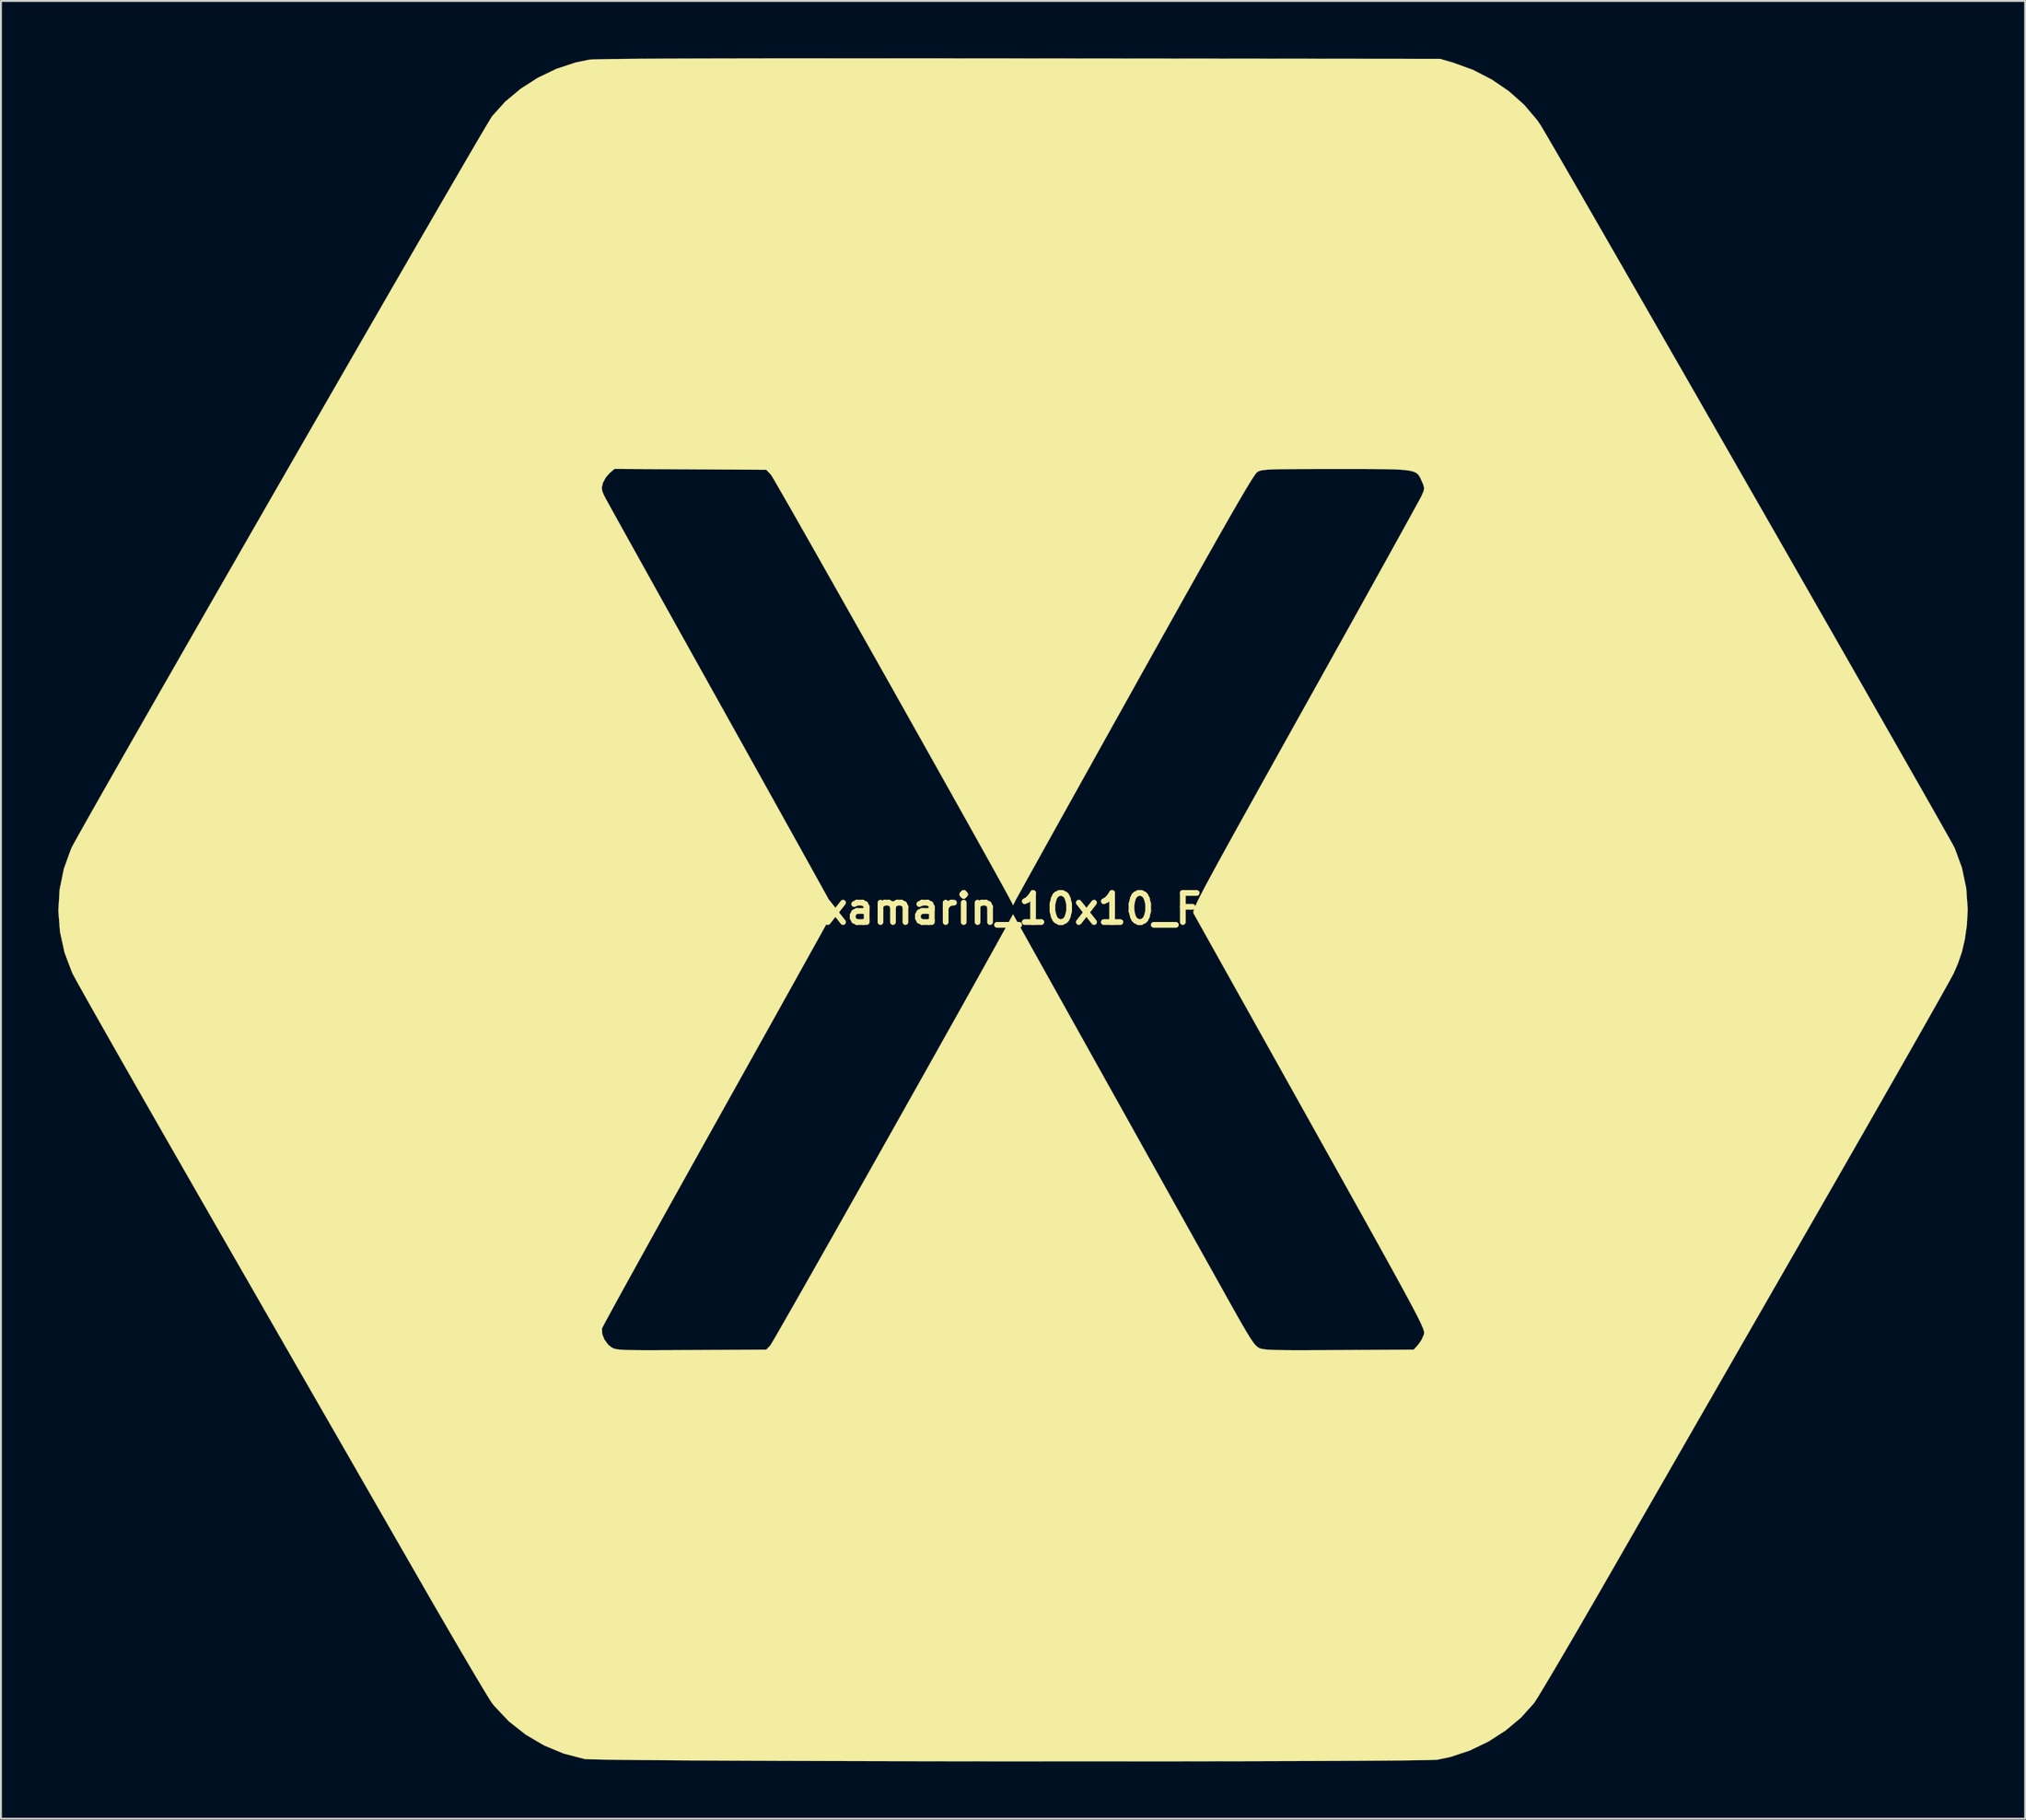
<source format=kicad_pcb>
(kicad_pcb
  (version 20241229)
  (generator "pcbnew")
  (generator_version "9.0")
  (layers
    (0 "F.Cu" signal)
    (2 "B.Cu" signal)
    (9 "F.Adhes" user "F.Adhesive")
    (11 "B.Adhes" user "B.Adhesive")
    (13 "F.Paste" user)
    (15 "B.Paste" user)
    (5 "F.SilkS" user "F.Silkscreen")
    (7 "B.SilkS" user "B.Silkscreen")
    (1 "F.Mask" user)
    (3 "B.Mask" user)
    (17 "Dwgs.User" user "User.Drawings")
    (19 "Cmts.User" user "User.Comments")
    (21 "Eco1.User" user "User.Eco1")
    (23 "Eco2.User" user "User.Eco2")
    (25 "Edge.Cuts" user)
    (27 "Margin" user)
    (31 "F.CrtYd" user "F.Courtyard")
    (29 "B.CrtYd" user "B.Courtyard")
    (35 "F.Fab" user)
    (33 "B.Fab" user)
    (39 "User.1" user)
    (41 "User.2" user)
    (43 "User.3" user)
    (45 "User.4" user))
  (footprint "xamarin_10x10_F"
    (layer "F.Cu")
    (at 49.92 44.526)
    (property "Reference" "xamarin_10x10_F" (at 0 0 0) (layer "F.SilkS") (effects (font (size 1.524 1.524) (thickness 0.3))))
    (attr through_hole)
    (fp_poly (pts (xy -7.073 -44.521) (xy -4.842 -44.52) (xy -2.447 -44.518) (xy 0.115 -44.516) (xy 0.423 -44.516) (xy 22.394 -44.492) (xy 23.069 -44.296) (xy 24.108 -43.918) (xy 25.09 -43.413) (xy 25.99 -42.799) (xy 26.786 -42.091) (xy 27.452 -41.308) (xy 27.636 -41.04) (xy 27.722 -40.9) (xy 27.886 -40.621) (xy 28.125 -40.213) (xy 28.434 -39.682) (xy 28.808 -39.036) (xy 29.243 -38.282) (xy 29.735 -37.429) (xy 30.28 -36.483) (xy 30.873 -35.453) (xy 31.509 -34.346) (xy 32.185 -33.17) (xy 32.896 -31.933) (xy 33.638 -30.642) (xy 34.405 -29.304) (xy 35.195 -27.928) (xy 36.002 -26.52) (xy 36.821 -25.09) (xy 37.65 -23.644) (xy 38.483 -22.189) (xy 39.316 -20.735) (xy 40.145 -19.287) (xy 40.964 -17.855) (xy 41.771 -16.444) (xy 42.56 -15.065) (xy 43.327 -13.722) (xy 44.068 -12.426) (xy 44.778 -11.182) (xy 45.453 -9.999) (xy 46.089 -8.885) (xy 46.68 -7.846) (xy 47.224 -6.892) (xy 47.715 -6.028) (xy 48.149 -5.264) (xy 48.522 -4.606) (xy 48.829 -4.062) (xy 49.066 -3.64) (xy 49.229 -3.347) (xy 49.312 -3.192) (xy 49.321 -3.175) (xy 49.693 -2.159) (xy 49.921 -1.082) (xy 49.999 0.016) (xy 49.954 0.851) (xy 49.847 1.593) (xy 49.699 2.236) (xy 49.49 2.851) (xy 49.277 3.344) (xy 49.201 3.491) (xy 49.045 3.777) (xy 48.814 4.192) (xy 48.512 4.731) (xy 48.144 5.383) (xy 47.715 6.141) (xy 47.23 6.997) (xy 46.692 7.942) (xy 46.107 8.969) (xy 45.479 10.069) (xy 44.813 11.235) (xy 44.114 12.457) (xy 43.386 13.728) (xy 42.634 15.04) (xy 41.911 16.298) (xy 41.076 17.752) (xy 40.222 19.239) (xy 39.356 20.747) (xy 38.486 22.261) (xy 37.621 23.767) (xy 36.768 25.253) (xy 35.934 26.704) (xy 35.129 28.106) (xy 34.359 29.447) (xy 33.633 30.711) (xy 32.959 31.885) (xy 32.344 32.955) (xy 31.796 33.909) (xy 31.324 34.731) (xy 31.261 34.84) (xy 30.709 35.8) (xy 30.174 36.725) (xy 29.664 37.606) (xy 29.184 38.429) (xy 28.743 39.183) (xy 28.346 39.857) (xy 28.001 40.438) (xy 27.715 40.915) (xy 27.495 41.276) (xy 27.347 41.509) (xy 27.294 41.585) (xy 26.619 42.334) (xy 25.816 43.006) (xy 24.916 43.585) (xy 23.949 44.051) (xy 22.946 44.387) (xy 22.267 44.53) (xy 22.116 44.541) (xy 21.804 44.551) (xy 21.341 44.56) (xy 20.736 44.568) (xy 19.996 44.576) (xy 19.132 44.583) (xy 18.15 44.59) (xy 17.062 44.596) (xy 15.874 44.601) (xy 14.596 44.605) (xy 13.237 44.609) (xy 11.804 44.613) (xy 10.308 44.615) (xy 8.757 44.618) (xy 7.159 44.619) (xy 5.524 44.62) (xy 3.859 44.62) (xy 2.174 44.62) (xy 0.478 44.619) (xy -1.221 44.618) (xy -2.914 44.616) (xy -4.593 44.613) (xy -6.248 44.61) (xy -7.871 44.606) (xy -9.453 44.602) (xy -10.985 44.597) (xy -12.458 44.592) (xy -13.865 44.586) (xy -15.196 44.58) (xy -16.442 44.573) (xy -17.595 44.566) (xy -18.645 44.558) (xy -19.585 44.55) (xy -20.405 44.541) (xy -21.096 44.532) (xy -21.651 44.523) (xy -22.06 44.513) (xy -22.314 44.502) (xy -22.394 44.495) (xy -23.474 44.213) (xy -24.506 43.783) (xy -25.468 43.217) (xy -26.337 42.53) (xy -27.091 41.735) (xy -27.214 41.579) (xy -27.312 41.434) (xy -27.486 41.154) (xy -27.73 40.75) (xy -28.038 40.234) (xy -28.402 39.619) (xy -28.815 38.915) (xy -29.271 38.135) (xy -29.763 37.29) (xy -30.283 36.392) (xy -30.824 35.453) (xy -31.176 34.84) (xy -31.637 34.038) (xy -32.174 33.104) (xy -32.779 32.049) (xy -33.446 30.889) (xy -34.164 29.638) (xy -34.928 28.308) (xy -35.729 26.914) (xy -36.559 25.469) (xy -37.41 23.988) (xy -38.274 22.483) (xy -39.143 20.97) (xy -40.01 19.46) (xy -40.867 17.969) (xy -41.705 16.51) (xy -41.826 16.298) (xy -42.597 14.956) (xy -43.348 13.647) (xy -44.074 12.378) (xy -44.772 11.159) (xy -45.435 9.998) (xy -46.06 8.902) (xy -46.643 7.88) (xy -47.177 6.94) (xy -47.659 6.09) (xy -48.085 5.338) (xy -48.448 4.693) (xy -48.746 4.162) (xy -48.972 3.755) (xy -49.123 3.478) (xy -49.192 3.344) (xy -49.588 2.297) (xy -49.829 1.206) (xy -49.915 0.094) (xy -49.848 -1.017) (xy -49.626 -2.104) (xy -49.249 -3.146) (xy -49.236 -3.175) (xy -49.163 -3.316) (xy -49.01 -3.595) (xy -48.782 -4.005) (xy -48.483 -4.537) (xy -48.117 -5.185) (xy -47.689 -5.94) (xy -47.203 -6.795) (xy -46.664 -7.743) (xy -46.075 -8.776) (xy -45.441 -9.885) (xy -44.767 -11.065) (xy -44.057 -12.306) (xy -43.315 -13.602) (xy -42.546 -14.945) (xy -41.754 -16.327) (xy -40.943 -17.74) (xy -40.118 -19.178) (xy -39.283 -20.632) (xy -38.466 -22.056) (xy -21.477 -22.056) (xy -21.457 -21.868) (xy -21.357 -21.632) (xy -21.333 -21.585) (xy -21.27 -21.468) (xy -21.129 -21.212) (xy -20.916 -20.825) (xy -20.634 -20.316) (xy -20.289 -19.695) (xy -19.885 -18.968) (xy -19.428 -18.146) (xy -18.922 -17.236) (xy -18.372 -16.248) (xy -17.783 -15.19) (xy -17.159 -14.07) (xy -16.506 -12.898) (xy -15.828 -11.682) (xy -15.228 -10.606) (xy -14.536 -9.365) (xy -13.868 -8.165) (xy -13.227 -7.014) (xy -12.618 -5.921) (xy -12.046 -4.892) (xy -11.515 -3.938) (xy -11.03 -3.066) (xy -10.596 -2.284) (xy -10.217 -1.601) (xy -9.898 -1.025) (xy -9.644 -0.565) (xy -9.459 -0.228) (xy -9.347 -0.023) (xy -9.313 0.042) (xy -9.354 0.119) (xy -9.472 0.336) (xy -9.665 0.685) (xy -9.925 1.156) (xy -10.251 1.743) (xy -10.636 2.436) (xy -11.076 3.228) (xy -11.567 4.11) (xy -12.104 5.074) (xy -12.682 6.113) (xy -13.298 7.216) (xy -13.946 8.378) (xy -14.621 9.588) (xy -15.32 10.84) (xy -15.365 10.922) (xy -16.067 12.178) (xy -16.746 13.397) (xy -17.398 14.568) (xy -18.019 15.684) (xy -18.603 16.736) (xy -19.146 17.716) (xy -19.644 18.616) (xy -20.092 19.427) (xy -20.485 20.14) (xy -20.819 20.749) (xy -21.088 21.243) (xy -21.289 21.615) (xy -21.417 21.856) (xy -21.467 21.958) (xy -21.468 21.959) (xy -21.462 22.239) (xy -21.343 22.545) (xy -21.14 22.817) (xy -20.981 22.944) (xy -20.911 22.984) (xy -20.832 23.018) (xy -20.73 23.044) (xy -20.589 23.066) (xy -20.393 23.081) (xy -20.128 23.093) (xy -19.777 23.099) (xy -19.326 23.103) (xy -18.758 23.103) (xy -18.059 23.101) (xy -17.212 23.096) (xy -16.787 23.094) (xy -12.873 23.072) (xy -12.666 22.86) (xy -12.609 22.77) (xy -12.474 22.542) (xy -12.267 22.186) (xy -11.995 21.712) (xy -11.662 21.129) (xy -11.273 20.447) (xy -10.836 19.677) (xy -10.354 18.827) (xy -9.834 17.909) (xy -9.28 16.93) (xy -8.7 15.902) (xy -8.097 14.835) (xy -7.478 13.737) (xy -6.849 12.619) (xy -6.214 11.49) (xy -5.579 10.361) (xy -4.95 9.242) (xy -4.332 8.141) (xy -3.731 7.069) (xy -3.152 6.036) (xy -2.601 5.051) (xy -2.084 4.125) (xy -1.605 3.266) (xy -1.171 2.486) (xy -0.787 1.793) (xy -0.458 1.198) (xy -0.262 0.841) (xy 0.042 0.285) (xy 5.1 9.35) (xy 5.767 10.545) (xy 6.429 11.732) (xy 7.08 12.898) (xy 7.712 14.031) (xy 8.319 15.12) (xy 8.895 16.151) (xy 9.432 17.113) (xy 9.924 17.994) (xy 10.364 18.782) (xy 10.745 19.465) (xy 11.06 20.029) (xy 11.303 20.465) (xy 11.397 20.633) (xy 11.76 21.28) (xy 12.053 21.793) (xy 12.287 22.19) (xy 12.471 22.486) (xy 12.616 22.698) (xy 12.733 22.841) (xy 12.833 22.932) (xy 12.92 22.985) (xy 13.003 23.017) (xy 13.118 23.043) (xy 13.28 23.064) (xy 13.502 23.08) (xy 13.802 23.091) (xy 14.193 23.099) (xy 14.691 23.103) (xy 15.311 23.103) (xy 16.068 23.101) (xy 16.978 23.096) (xy 17.106 23.095) (xy 21.011 23.072) (xy 21.254 22.8) (xy 21.425 22.552) (xy 21.54 22.283) (xy 21.552 22.232) (xy 21.556 22.184) (xy 21.548 22.121) (xy 21.525 22.036) (xy 21.482 21.92) (xy 21.417 21.768) (xy 21.325 21.572) (xy 21.202 21.324) (xy 21.044 21.018) (xy 20.848 20.647) (xy 20.609 20.202) (xy 20.323 19.677) (xy 19.988 19.064) (xy 19.598 18.357) (xy 19.15 17.547) (xy 18.64 16.629) (xy 18.064 15.594) (xy 17.419 14.436) (xy 16.7 13.147) (xy 15.903 11.72) (xy 15.613 11.201) (xy 14.915 9.949) (xy 14.237 8.736) (xy 13.586 7.57) (xy 12.966 6.46) (xy 12.382 5.413) (xy 11.837 4.438) (xy 11.338 3.544) (xy 10.888 2.74) (xy 10.493 2.032) (xy 10.157 1.431) (xy 9.885 0.944) (xy 9.681 0.58) (xy 9.551 0.347) (xy 9.499 0.254) (xy 9.485 0.221) (xy 9.48 0.177) (xy 9.487 0.116) (xy 9.511 0.03) (xy 9.556 -0.088) (xy 9.625 -0.245) (xy 9.722 -0.449) (xy 9.852 -0.706) (xy 10.017 -1.025) (xy 10.223 -1.411) (xy 10.472 -1.873) (xy 10.769 -2.418) (xy 11.117 -3.053) (xy 11.521 -3.785) (xy 11.984 -4.621) (xy 12.511 -5.569) (xy 13.104 -6.635) (xy 13.768 -7.828) (xy 14.507 -9.154) (xy 15.325 -10.621) (xy 15.328 -10.626) (xy 16.025 -11.876) (xy 16.701 -13.09) (xy 17.351 -14.258) (xy 17.971 -15.372) (xy 18.555 -16.424) (xy 19.099 -17.405) (xy 19.599 -18.306) (xy 20.049 -19.119) (xy 20.444 -19.835) (xy 20.781 -20.445) (xy 21.053 -20.941) (xy 21.257 -21.314) (xy 21.387 -21.555) (xy 21.437 -21.654) (xy 21.53 -21.878) (xy 21.555 -22.035) (xy 21.51 -22.207) (xy 21.432 -22.388) (xy 21.368 -22.533) (xy 21.305 -22.654) (xy 21.228 -22.753) (xy 21.123 -22.834) (xy 20.975 -22.897) (xy 20.769 -22.944) (xy 20.49 -22.979) (xy 20.124 -23.003) (xy 19.656 -23.017) (xy 19.072 -23.025) (xy 18.356 -23.029) (xy 17.495 -23.029) (xy 16.916 -23.029) (xy 16.007 -23.029) (xy 15.251 -23.027) (xy 14.633 -23.024) (xy 14.139 -23.018) (xy 13.751 -23.01) (xy 13.456 -22.998) (xy 13.237 -22.982) (xy 13.08 -22.961) (xy 12.967 -22.936) (xy 12.885 -22.904) (xy 12.827 -22.872) (xy 12.776 -22.822) (xy 12.695 -22.716) (xy 12.582 -22.547) (xy 12.432 -22.309) (xy 12.242 -21.996) (xy 12.009 -21.602) (xy 11.729 -21.121) (xy 11.398 -20.546) (xy 11.014 -19.873) (xy 10.573 -19.095) (xy 10.071 -18.206) (xy 9.505 -17.199) (xy 8.871 -16.069) (xy 8.167 -14.81) (xy 7.387 -13.415) (xy 6.53 -11.879) (xy 6.411 -11.665) (xy 5.703 -10.395) (xy 5.016 -9.164) (xy 4.356 -7.979) (xy 3.727 -6.849) (xy 3.134 -5.783) (xy 2.58 -4.789) (xy 2.071 -3.874) (xy 1.612 -3.048) (xy 1.207 -2.318) (xy 0.86 -1.694) (xy 0.577 -1.182) (xy 0.361 -0.792) (xy 0.218 -0.532) (xy 0.152 -0.41) (xy 0.149 -0.403) (xy 0.049 -0.192) (xy -0.06 -0.4) (xy -0.186 -0.639) (xy -0.385 -1.004) (xy -0.651 -1.487) (xy -0.977 -2.077) (xy -1.359 -2.765) (xy -1.791 -3.541) (xy -2.267 -4.394) (xy -2.782 -5.314) (xy -3.33 -6.293) (xy -3.905 -7.32) (xy -4.502 -8.384) (xy -5.116 -9.477) (xy -5.74 -10.588) (xy -6.369 -11.707) (xy -6.998 -12.824) (xy -7.621 -13.93) (xy -8.233 -15.014) (xy -8.827 -16.067) (xy -9.398 -17.078) (xy -9.941 -18.038) (xy -10.45 -18.937) (xy -10.92 -19.764) (xy -11.344 -20.511) (xy -11.718 -21.167) (xy -12.036 -21.721) (xy -12.291 -22.165) (xy -12.48 -22.488) (xy -12.595 -22.681) (xy -12.63 -22.733) (xy -12.872 -22.987) (xy -20.809 -23.034) (xy -21.071 -22.814) (xy -21.272 -22.582) (xy -21.418 -22.307) (xy -21.428 -22.276) (xy -21.477 -22.056) (xy -38.466 -22.056) (xy -38.443 -22.095) (xy -37.601 -23.559) (xy -36.763 -25.017) (xy -35.932 -26.46) (xy -35.114 -27.882) (xy -34.311 -29.276) (xy -33.529 -30.632) (xy -32.773 -31.944) (xy -32.045 -33.204) (xy -31.352 -34.404) (xy -30.697 -35.537) (xy -30.084 -36.596) (xy -29.518 -37.572) (xy -29.003 -38.458) (xy -28.545 -39.246) (xy -28.146 -39.93) (xy -27.811 -40.501) (xy -27.545 -40.951) (xy -27.352 -41.273) (xy -27.237 -41.46) (xy -27.21 -41.5) (xy -26.531 -42.253) (xy -25.725 -42.927) (xy -24.822 -43.506) (xy -23.852 -43.971) (xy -22.846 -44.304) (xy -22.14 -44.449) (xy -22.001 -44.459) (xy -21.726 -44.469) (xy -21.313 -44.478) (xy -20.76 -44.486) (xy -20.065 -44.493) (xy -19.226 -44.499) (xy -18.24 -44.505) (xy -17.107 -44.509) (xy -15.822 -44.513) (xy -14.386 -44.516) (xy -12.795 -44.519) (xy -11.047 -44.52) (xy -9.14 -44.521) (xy -7.073 -44.521)) (stroke (width 0.01) (type solid)) (fill yes) (layer "F.SilkS")))
  (gr_rect
    (start -3 -3)
    (end 102.925 92.151)
    (stroke (width 0.1) (type default))
    (fill no)
    (layer "Edge.Cuts")))
</source>
